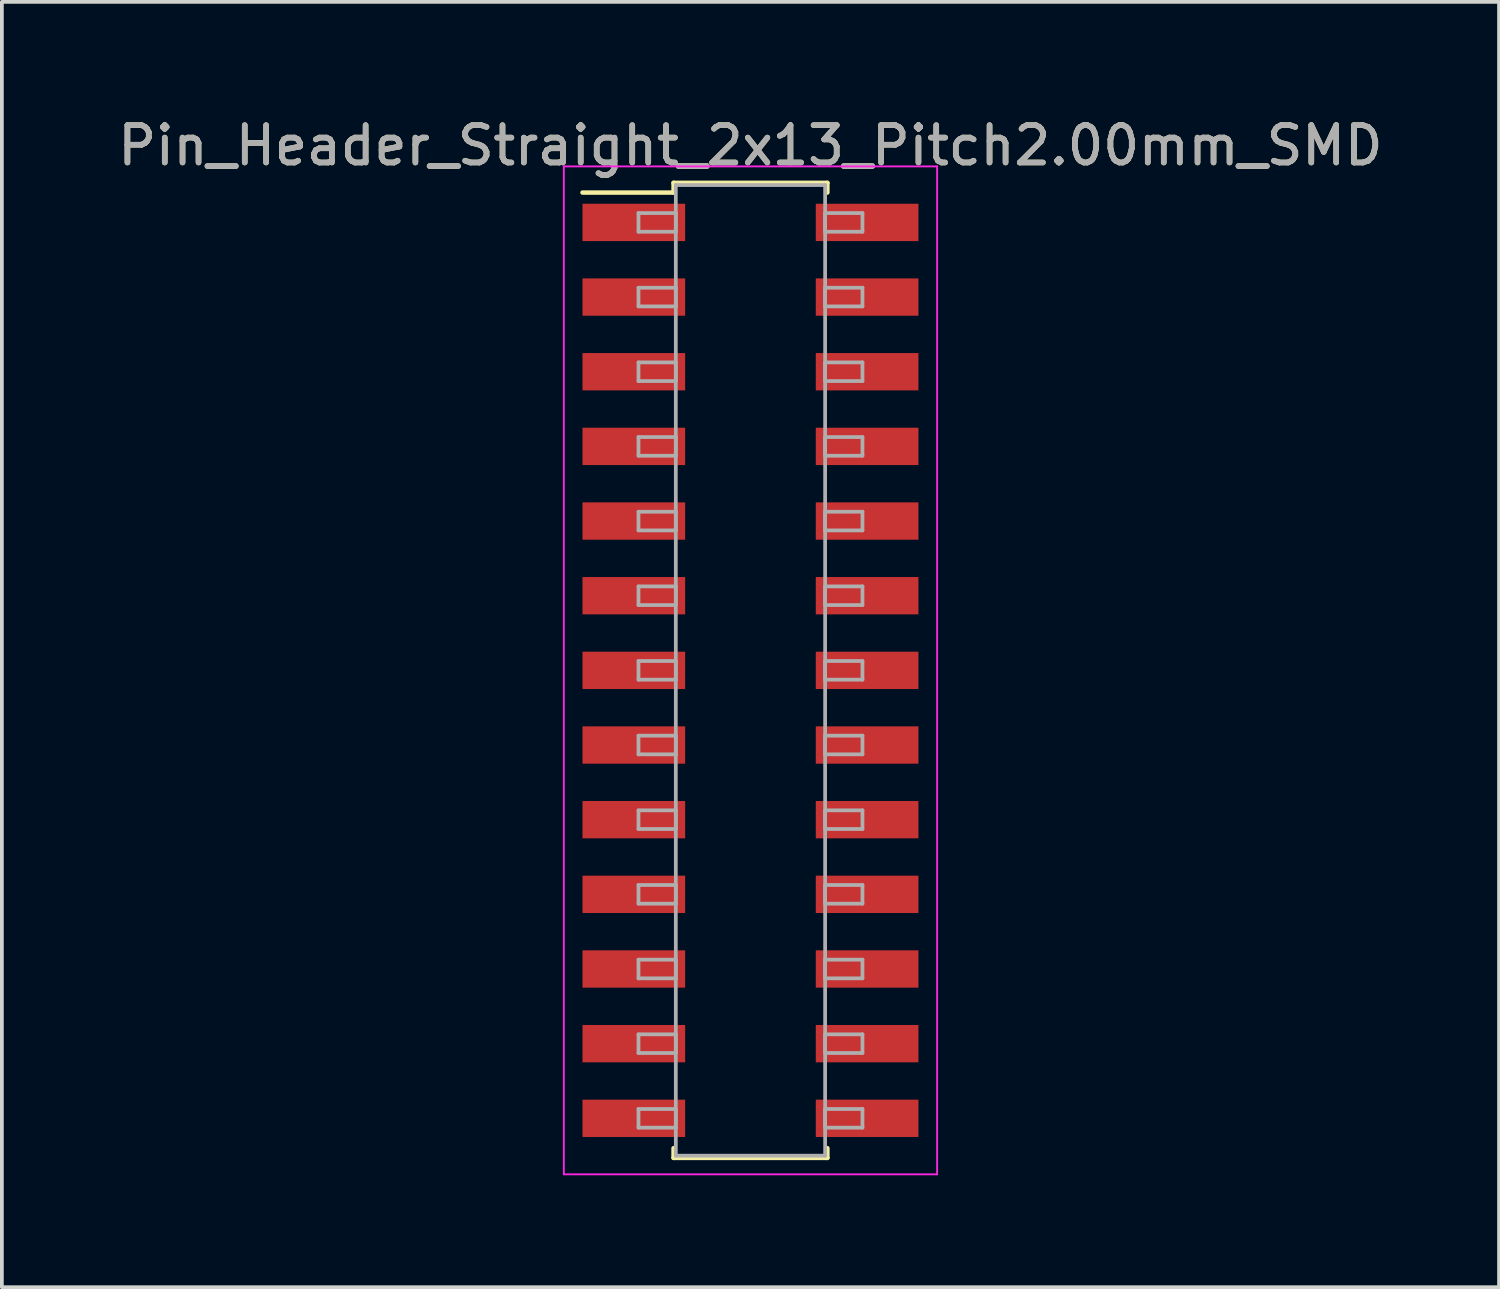
<source format=kicad_pcb>
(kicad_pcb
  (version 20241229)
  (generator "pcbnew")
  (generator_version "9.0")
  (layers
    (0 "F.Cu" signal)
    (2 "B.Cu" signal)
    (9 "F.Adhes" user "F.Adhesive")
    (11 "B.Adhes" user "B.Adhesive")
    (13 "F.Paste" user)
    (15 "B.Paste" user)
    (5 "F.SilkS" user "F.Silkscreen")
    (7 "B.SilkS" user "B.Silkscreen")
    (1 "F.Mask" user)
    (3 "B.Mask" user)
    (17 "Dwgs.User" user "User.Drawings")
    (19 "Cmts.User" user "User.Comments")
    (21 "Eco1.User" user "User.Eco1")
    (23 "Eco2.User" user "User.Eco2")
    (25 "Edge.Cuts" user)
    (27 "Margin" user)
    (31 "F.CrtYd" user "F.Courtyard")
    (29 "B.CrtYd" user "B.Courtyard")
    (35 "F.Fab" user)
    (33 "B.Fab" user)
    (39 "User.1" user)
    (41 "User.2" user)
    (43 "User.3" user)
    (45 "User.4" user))
  (footprint "Pin_Header_Straight_2x13_Pitch2.00mm_SMD"
    (layer "F.Cu")
    (at 17.054 14.908)
    (property "Reference" "Pin_Header_Straight_2x13_Pitch2.00mm_SMD" (at 0 -14.06 0) (layer "F.SilkS") (effects (font (size 1 1) (thickness 0.15))))
    (attr smd)
    (fp_line (start -4.5 -12.8) (end -2.06 -12.8) (stroke (width 0.12) (type solid)) (layer "F.SilkS"))
    (fp_line (start -2.06 -13.06) (end 2.06 -13.06) (stroke (width 0.12) (type solid)) (layer "F.SilkS"))
    (fp_line (start -2.06 -12.8) (end -2.06 -13.06) (stroke (width 0.12) (type solid)) (layer "F.SilkS"))
    (fp_line (start -2.06 12.8) (end -2.06 13.06) (stroke (width 0.12) (type solid)) (layer "F.SilkS"))
    (fp_line (start -2.06 13.06) (end 2.06 13.06) (stroke (width 0.12) (type solid)) (layer "F.SilkS"))
    (fp_line (start 2.06 -13.06) (end 2.06 -12.8) (stroke (width 0.12) (type solid)) (layer "F.SilkS"))
    (fp_line (start 2.06 13.06) (end 2.06 12.8) (stroke (width 0.12) (type solid)) (layer "F.SilkS"))
    (fp_line (start -5 -13.5) (end -5 13.5) (stroke (width 0.05) (type solid)) (layer "F.CrtYd"))
    (fp_line (start -5 13.5) (end 5 13.5) (stroke (width 0.05) (type solid)) (layer "F.CrtYd"))
    (fp_line (start 5 -13.5) (end -5 -13.5) (stroke (width 0.05) (type solid)) (layer "F.CrtYd"))
    (fp_line (start 5 13.5) (end 5 -13.5) (stroke (width 0.05) (type solid)) (layer "F.CrtYd"))
    (fp_line (start -3 -12.25) (end -2 -12.25) (stroke (width 0.1) (type solid)) (layer "F.Fab"))
    (fp_line (start -3 -11.75) (end -3 -12.25) (stroke (width 0.1) (type solid)) (layer "F.Fab"))
    (fp_line (start -3 -10.25) (end -2 -10.25) (stroke (width 0.1) (type solid)) (layer "F.Fab"))
    (fp_line (start -3 -9.75) (end -3 -10.25) (stroke (width 0.1) (type solid)) (layer "F.Fab"))
    (fp_line (start -3 -8.25) (end -2 -8.25) (stroke (width 0.1) (type solid)) (layer "F.Fab"))
    (fp_line (start -3 -7.75) (end -3 -8.25) (stroke (width 0.1) (type solid)) (layer "F.Fab"))
    (fp_line (start -3 -6.25) (end -2 -6.25) (stroke (width 0.1) (type solid)) (layer "F.Fab"))
    (fp_line (start -3 -5.75) (end -3 -6.25) (stroke (width 0.1) (type solid)) (layer "F.Fab"))
    (fp_line (start -3 -4.25) (end -2 -4.25) (stroke (width 0.1) (type solid)) (layer "F.Fab"))
    (fp_line (start -3 -3.75) (end -3 -4.25) (stroke (width 0.1) (type solid)) (layer "F.Fab"))
    (fp_line (start -3 -2.25) (end -2 -2.25) (stroke (width 0.1) (type solid)) (layer "F.Fab"))
    (fp_line (start -3 -1.75) (end -3 -2.25) (stroke (width 0.1) (type solid)) (layer "F.Fab"))
    (fp_line (start -3 -0.25) (end -2 -0.25) (stroke (width 0.1) (type solid)) (layer "F.Fab"))
    (fp_line (start -3 0.25) (end -3 -0.25) (stroke (width 0.1) (type solid)) (layer "F.Fab"))
    (fp_line (start -3 1.75) (end -2 1.75) (stroke (width 0.1) (type solid)) (layer "F.Fab"))
    (fp_line (start -3 2.25) (end -3 1.75) (stroke (width 0.1) (type solid)) (layer "F.Fab"))
    (fp_line (start -3 3.75) (end -2 3.75) (stroke (width 0.1) (type solid)) (layer "F.Fab"))
    (fp_line (start -3 4.25) (end -3 3.75) (stroke (width 0.1) (type solid)) (layer "F.Fab"))
    (fp_line (start -3 5.75) (end -2 5.75) (stroke (width 0.1) (type solid)) (layer "F.Fab"))
    (fp_line (start -3 6.25) (end -3 5.75) (stroke (width 0.1) (type solid)) (layer "F.Fab"))
    (fp_line (start -3 7.75) (end -2 7.75) (stroke (width 0.1) (type solid)) (layer "F.Fab"))
    (fp_line (start -3 8.25) (end -3 7.75) (stroke (width 0.1) (type solid)) (layer "F.Fab"))
    (fp_line (start -3 9.75) (end -2 9.75) (stroke (width 0.1) (type solid)) (layer "F.Fab"))
    (fp_line (start -3 10.25) (end -3 9.75) (stroke (width 0.1) (type solid)) (layer "F.Fab"))
    (fp_line (start -3 11.75) (end -2 11.75) (stroke (width 0.1) (type solid)) (layer "F.Fab"))
    (fp_line (start -3 12.25) (end -3 11.75) (stroke (width 0.1) (type solid)) (layer "F.Fab"))
    (fp_line (start -2 -13) (end -2 13) (stroke (width 0.1) (type solid)) (layer "F.Fab"))
    (fp_line (start -2 -12.25) (end -2 -11.75) (stroke (width 0.1) (type solid)) (layer "F.Fab"))
    (fp_line (start -2 -11.75) (end -3 -11.75) (stroke (width 0.1) (type solid)) (layer "F.Fab"))
    (fp_line (start -2 -10.25) (end -2 -9.75) (stroke (width 0.1) (type solid)) (layer "F.Fab"))
    (fp_line (start -2 -9.75) (end -3 -9.75) (stroke (width 0.1) (type solid)) (layer "F.Fab"))
    (fp_line (start -2 -8.25) (end -2 -7.75) (stroke (width 0.1) (type solid)) (layer "F.Fab"))
    (fp_line (start -2 -7.75) (end -3 -7.75) (stroke (width 0.1) (type solid)) (layer "F.Fab"))
    (fp_line (start -2 -6.25) (end -2 -5.75) (stroke (width 0.1) (type solid)) (layer "F.Fab"))
    (fp_line (start -2 -5.75) (end -3 -5.75) (stroke (width 0.1) (type solid)) (layer "F.Fab"))
    (fp_line (start -2 -4.25) (end -2 -3.75) (stroke (width 0.1) (type solid)) (layer "F.Fab"))
    (fp_line (start -2 -3.75) (end -3 -3.75) (stroke (width 0.1) (type solid)) (layer "F.Fab"))
    (fp_line (start -2 -2.25) (end -2 -1.75) (stroke (width 0.1) (type solid)) (layer "F.Fab"))
    (fp_line (start -2 -1.75) (end -3 -1.75) (stroke (width 0.1) (type solid)) (layer "F.Fab"))
    (fp_line (start -2 -0.25) (end -2 0.25) (stroke (width 0.1) (type solid)) (layer "F.Fab"))
    (fp_line (start -2 0.25) (end -3 0.25) (stroke (width 0.1) (type solid)) (layer "F.Fab"))
    (fp_line (start -2 1.75) (end -2 2.25) (stroke (width 0.1) (type solid)) (layer "F.Fab"))
    (fp_line (start -2 2.25) (end -3 2.25) (stroke (width 0.1) (type solid)) (layer "F.Fab"))
    (fp_line (start -2 3.75) (end -2 4.25) (stroke (width 0.1) (type solid)) (layer "F.Fab"))
    (fp_line (start -2 4.25) (end -3 4.25) (stroke (width 0.1) (type solid)) (layer "F.Fab"))
    (fp_line (start -2 5.75) (end -2 6.25) (stroke (width 0.1) (type solid)) (layer "F.Fab"))
    (fp_line (start -2 6.25) (end -3 6.25) (stroke (width 0.1) (type solid)) (layer "F.Fab"))
    (fp_line (start -2 7.75) (end -2 8.25) (stroke (width 0.1) (type solid)) (layer "F.Fab"))
    (fp_line (start -2 8.25) (end -3 8.25) (stroke (width 0.1) (type solid)) (layer "F.Fab"))
    (fp_line (start -2 9.75) (end -2 10.25) (stroke (width 0.1) (type solid)) (layer "F.Fab"))
    (fp_line (start -2 10.25) (end -3 10.25) (stroke (width 0.1) (type solid)) (layer "F.Fab"))
    (fp_line (start -2 11.75) (end -2 12.25) (stroke (width 0.1) (type solid)) (layer "F.Fab"))
    (fp_line (start -2 12.25) (end -3 12.25) (stroke (width 0.1) (type solid)) (layer "F.Fab"))
    (fp_line (start -2 13) (end 2 13) (stroke (width 0.1) (type solid)) (layer "F.Fab"))
    (fp_line (start 2 -13) (end -2 -13) (stroke (width 0.1) (type solid)) (layer "F.Fab"))
    (fp_line (start 2 -12.25) (end 2 -11.75) (stroke (width 0.1) (type solid)) (layer "F.Fab"))
    (fp_line (start 2 -11.75) (end 3 -11.75) (stroke (width 0.1) (type solid)) (layer "F.Fab"))
    (fp_line (start 2 -10.25) (end 2 -9.75) (stroke (width 0.1) (type solid)) (layer "F.Fab"))
    (fp_line (start 2 -9.75) (end 3 -9.75) (stroke (width 0.1) (type solid)) (layer "F.Fab"))
    (fp_line (start 2 -8.25) (end 2 -7.75) (stroke (width 0.1) (type solid)) (layer "F.Fab"))
    (fp_line (start 2 -7.75) (end 3 -7.75) (stroke (width 0.1) (type solid)) (layer "F.Fab"))
    (fp_line (start 2 -6.25) (end 2 -5.75) (stroke (width 0.1) (type solid)) (layer "F.Fab"))
    (fp_line (start 2 -5.75) (end 3 -5.75) (stroke (width 0.1) (type solid)) (layer "F.Fab"))
    (fp_line (start 2 -4.25) (end 2 -3.75) (stroke (width 0.1) (type solid)) (layer "F.Fab"))
    (fp_line (start 2 -3.75) (end 3 -3.75) (stroke (width 0.1) (type solid)) (layer "F.Fab"))
    (fp_line (start 2 -2.25) (end 2 -1.75) (stroke (width 0.1) (type solid)) (layer "F.Fab"))
    (fp_line (start 2 -1.75) (end 3 -1.75) (stroke (width 0.1) (type solid)) (layer "F.Fab"))
    (fp_line (start 2 -0.25) (end 2 0.25) (stroke (width 0.1) (type solid)) (layer "F.Fab"))
    (fp_line (start 2 0.25) (end 3 0.25) (stroke (width 0.1) (type solid)) (layer "F.Fab"))
    (fp_line (start 2 1.75) (end 2 2.25) (stroke (width 0.1) (type solid)) (layer "F.Fab"))
    (fp_line (start 2 2.25) (end 3 2.25) (stroke (width 0.1) (type solid)) (layer "F.Fab"))
    (fp_line (start 2 3.75) (end 2 4.25) (stroke (width 0.1) (type solid)) (layer "F.Fab"))
    (fp_line (start 2 4.25) (end 3 4.25) (stroke (width 0.1) (type solid)) (layer "F.Fab"))
    (fp_line (start 2 5.75) (end 2 6.25) (stroke (width 0.1) (type solid)) (layer "F.Fab"))
    (fp_line (start 2 6.25) (end 3 6.25) (stroke (width 0.1) (type solid)) (layer "F.Fab"))
    (fp_line (start 2 7.75) (end 2 8.25) (stroke (width 0.1) (type solid)) (layer "F.Fab"))
    (fp_line (start 2 8.25) (end 3 8.25) (stroke (width 0.1) (type solid)) (layer "F.Fab"))
    (fp_line (start 2 9.75) (end 2 10.25) (stroke (width 0.1) (type solid)) (layer "F.Fab"))
    (fp_line (start 2 10.25) (end 3 10.25) (stroke (width 0.1) (type solid)) (layer "F.Fab"))
    (fp_line (start 2 11.75) (end 2 12.25) (stroke (width 0.1) (type solid)) (layer "F.Fab"))
    (fp_line (start 2 12.25) (end 3 12.25) (stroke (width 0.1) (type solid)) (layer "F.Fab"))
    (fp_line (start 2 13) (end 2 -13) (stroke (width 0.1) (type solid)) (layer "F.Fab"))
    (fp_line (start 3 -12.25) (end 2 -12.25) (stroke (width 0.1) (type solid)) (layer "F.Fab"))
    (fp_line (start 3 -11.75) (end 3 -12.25) (stroke (width 0.1) (type solid)) (layer "F.Fab"))
    (fp_line (start 3 -10.25) (end 2 -10.25) (stroke (width 0.1) (type solid)) (layer "F.Fab"))
    (fp_line (start 3 -9.75) (end 3 -10.25) (stroke (width 0.1) (type solid)) (layer "F.Fab"))
    (fp_line (start 3 -8.25) (end 2 -8.25) (stroke (width 0.1) (type solid)) (layer "F.Fab"))
    (fp_line (start 3 -7.75) (end 3 -8.25) (stroke (width 0.1) (type solid)) (layer "F.Fab"))
    (fp_line (start 3 -6.25) (end 2 -6.25) (stroke (width 0.1) (type solid)) (layer "F.Fab"))
    (fp_line (start 3 -5.75) (end 3 -6.25) (stroke (width 0.1) (type solid)) (layer "F.Fab"))
    (fp_line (start 3 -4.25) (end 2 -4.25) (stroke (width 0.1) (type solid)) (layer "F.Fab"))
    (fp_line (start 3 -3.75) (end 3 -4.25) (stroke (width 0.1) (type solid)) (layer "F.Fab"))
    (fp_line (start 3 -2.25) (end 2 -2.25) (stroke (width 0.1) (type solid)) (layer "F.Fab"))
    (fp_line (start 3 -1.75) (end 3 -2.25) (stroke (width 0.1) (type solid)) (layer "F.Fab"))
    (fp_line (start 3 -0.25) (end 2 -0.25) (stroke (width 0.1) (type solid)) (layer "F.Fab"))
    (fp_line (start 3 0.25) (end 3 -0.25) (stroke (width 0.1) (type solid)) (layer "F.Fab"))
    (fp_line (start 3 1.75) (end 2 1.75) (stroke (width 0.1) (type solid)) (layer "F.Fab"))
    (fp_line (start 3 2.25) (end 3 1.75) (stroke (width 0.1) (type solid)) (layer "F.Fab"))
    (fp_line (start 3 3.75) (end 2 3.75) (stroke (width 0.1) (type solid)) (layer "F.Fab"))
    (fp_line (start 3 4.25) (end 3 3.75) (stroke (width 0.1) (type solid)) (layer "F.Fab"))
    (fp_line (start 3 5.75) (end 2 5.75) (stroke (width 0.1) (type solid)) (layer "F.Fab"))
    (fp_line (start 3 6.25) (end 3 5.75) (stroke (width 0.1) (type solid)) (layer "F.Fab"))
    (fp_line (start 3 7.75) (end 2 7.75) (stroke (width 0.1) (type solid)) (layer "F.Fab"))
    (fp_line (start 3 8.25) (end 3 7.75) (stroke (width 0.1) (type solid)) (layer "F.Fab"))
    (fp_line (start 3 9.75) (end 2 9.75) (stroke (width 0.1) (type solid)) (layer "F.Fab"))
    (fp_line (start 3 10.25) (end 3 9.75) (stroke (width 0.1) (type solid)) (layer "F.Fab"))
    (fp_line (start 3 11.75) (end 2 11.75) (stroke (width 0.1) (type solid)) (layer "F.Fab"))
    (fp_line (start 3 12.25) (end 3 11.75) (stroke (width 0.1) (type solid)) (layer "F.Fab"))
    (fp_text user "${REFERENCE}" (at 0 -14.06 0) (layer "F.Fab") (effects (font (size 1 1) (thickness 0.15))))
    (pad "1" smd rect (at -3.125 -12) (size 2.75 1) (layers "F.Cu" "F.Mask" "F.Paste"))
    (pad "2" smd rect (at 3.125 -12) (size 2.75 1) (layers "F.Cu" "F.Mask" "F.Paste"))
    (pad "3" smd rect (at -3.125 -10) (size 2.75 1) (layers "F.Cu" "F.Mask" "F.Paste"))
    (pad "4" smd rect (at 3.125 -10) (size 2.75 1) (layers "F.Cu" "F.Mask" "F.Paste"))
    (pad "5" smd rect (at -3.125 -8) (size 2.75 1) (layers "F.Cu" "F.Mask" "F.Paste"))
    (pad "6" smd rect (at 3.125 -8) (size 2.75 1) (layers "F.Cu" "F.Mask" "F.Paste"))
    (pad "7" smd rect (at -3.125 -6) (size 2.75 1) (layers "F.Cu" "F.Mask" "F.Paste"))
    (pad "8" smd rect (at 3.125 -6) (size 2.75 1) (layers "F.Cu" "F.Mask" "F.Paste"))
    (pad "9" smd rect (at -3.125 -4) (size 2.75 1) (layers "F.Cu" "F.Mask" "F.Paste"))
    (pad "10" smd rect (at 3.125 -4) (size 2.75 1) (layers "F.Cu" "F.Mask" "F.Paste"))
    (pad "11" smd rect (at -3.125 -2) (size 2.75 1) (layers "F.Cu" "F.Mask" "F.Paste"))
    (pad "12" smd rect (at 3.125 -2) (size 2.75 1) (layers "F.Cu" "F.Mask" "F.Paste"))
    (pad "13" smd rect (at -3.125 0) (size 2.75 1) (layers "F.Cu" "F.Mask" "F.Paste"))
    (pad "14" smd rect (at 3.125 0) (size 2.75 1) (layers "F.Cu" "F.Mask" "F.Paste"))
    (pad "15" smd rect (at -3.125 2) (size 2.75 1) (layers "F.Cu" "F.Mask" "F.Paste"))
    (pad "16" smd rect (at 3.125 2) (size 2.75 1) (layers "F.Cu" "F.Mask" "F.Paste"))
    (pad "17" smd rect (at -3.125 4) (size 2.75 1) (layers "F.Cu" "F.Mask" "F.Paste"))
    (pad "18" smd rect (at 3.125 4) (size 2.75 1) (layers "F.Cu" "F.Mask" "F.Paste"))
    (pad "19" smd rect (at -3.125 6) (size 2.75 1) (layers "F.Cu" "F.Mask" "F.Paste"))
    (pad "20" smd rect (at 3.125 6) (size 2.75 1) (layers "F.Cu" "F.Mask" "F.Paste"))
    (pad "21" smd rect (at -3.125 8) (size 2.75 1) (layers "F.Cu" "F.Mask" "F.Paste"))
    (pad "22" smd rect (at 3.125 8) (size 2.75 1) (layers "F.Cu" "F.Mask" "F.Paste"))
    (pad "23" smd rect (at -3.125 10) (size 2.75 1) (layers "F.Cu" "F.Mask" "F.Paste"))
    (pad "24" smd rect (at 3.125 10) (size 2.75 1) (layers "F.Cu" "F.Mask" "F.Paste"))
    (pad "25" smd rect (at -3.125 12) (size 2.75 1) (layers "F.Cu" "F.Mask" "F.Paste"))
    (pad "26" smd rect (at 3.125 12) (size 2.75 1) (layers "F.Cu" "F.Mask" "F.Paste")))
  (gr_rect
    (start -3 -3)
    (end 37.107 31.433)
    (stroke (width 0.1) (type default))
    (fill no)
    (layer "Edge.Cuts")))
</source>
